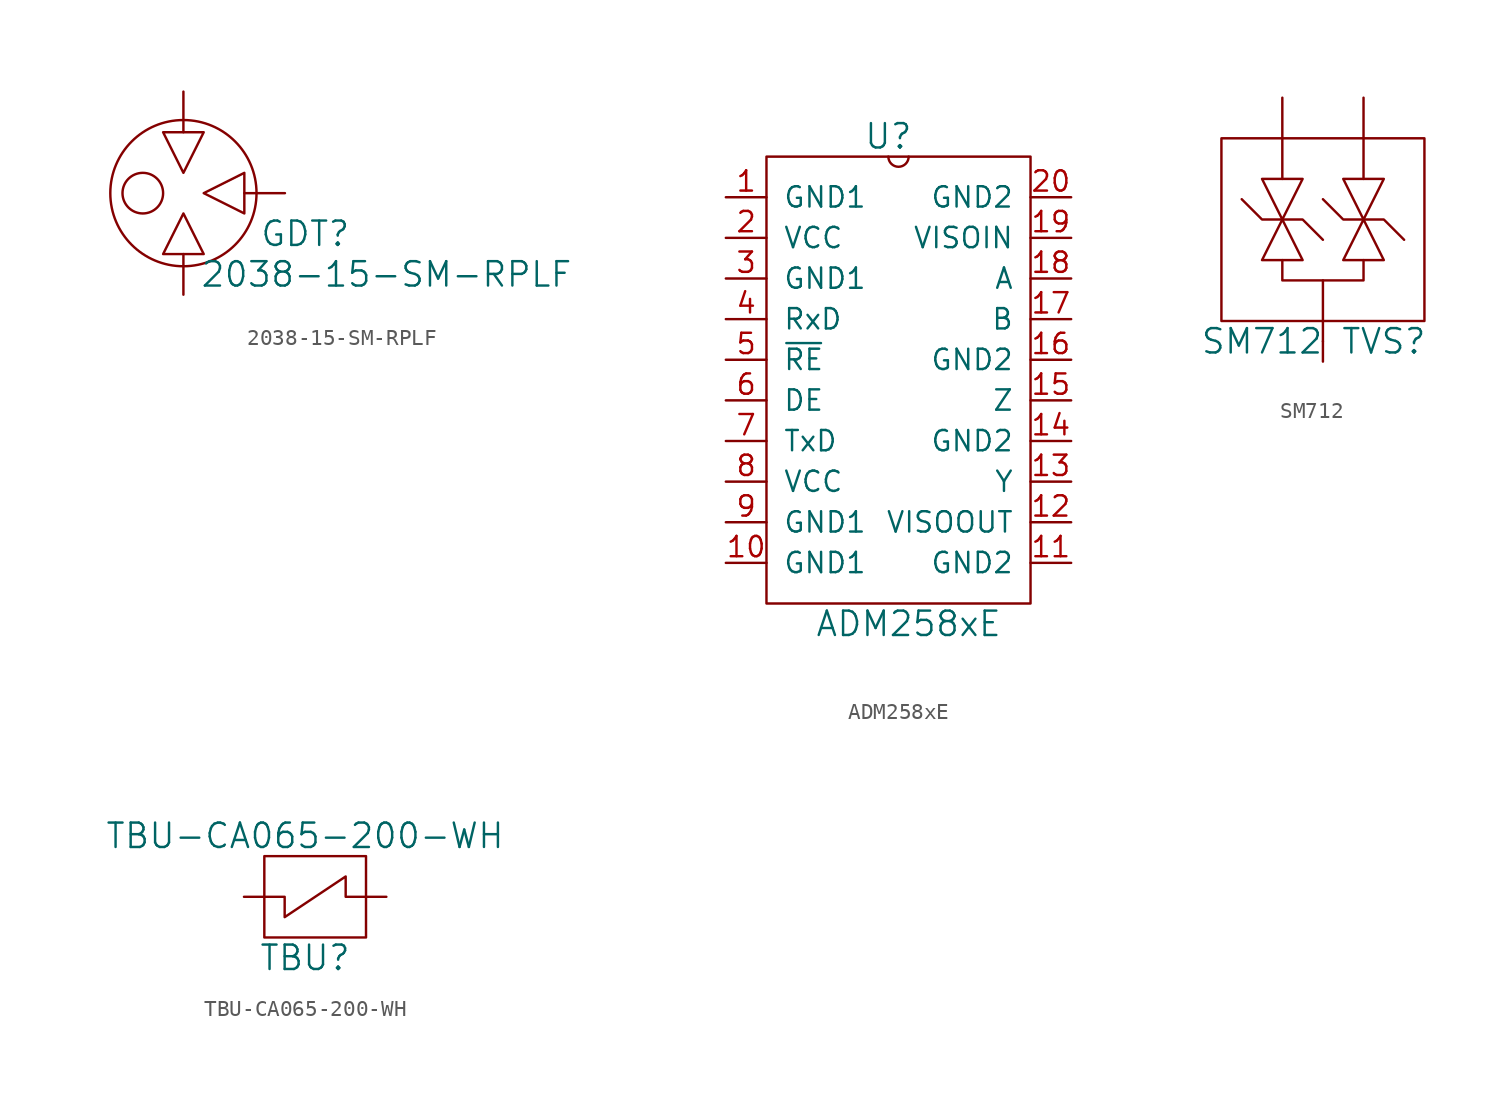
<source format=kicad_sym>
(kicad_symbol_lib
  (version 20211014)
  (generator kicad_symbol_editor)
  (symbol "2038-15-SM-RPLF"
    (pin_names
      (offset 1.016))
    (property "Reference" "GDT"
      (at 7.62 -2.54 0)
      (effects (font (size 1.524 1.524))))
    (property "Value" "2038-15-SM-RPLF"
      (at 12.7 -5.08 0)
      (effects (font (size 1.524 1.524))))
    (property "Footprint" ""
      (at 0 0 0)
      (effects (font (size 1.524 1.524))))
    (property "Datasheet" ""
      (at 0 0 0)
      (effects (font (size 1.524 1.524))))
    (symbol "2038-15-SM-RPLF_0_1"
      (circle (center -2.54 0) (radius 1.27) (stroke (width 0) (type default) (color 0 0 0 0)) (fill (type none)))
      (polyline (pts (xy 0 -3.81) (xy 0 -6.35)) (stroke (width 0) (type default) (color 0 0 0 0)) (fill (type none)))
      (polyline (pts (xy 0 3.81) (xy 0 6.35)) (stroke (width 0) (type default) (color 0 0 0 0)) (fill (type none)))
      (polyline (pts (xy 3.81 0) (xy 6.35 0)) (stroke (width 0) (type default) (color 0 0 0 0)) (fill (type none)))
      (polyline (pts (xy 0 -1.27) (xy -1.27 -3.81) (xy 1.27 -3.81) (xy 0 -1.27)) (stroke (width 0) (type default) (color 0 0 0 0)) (fill (type none)))
      (polyline (pts (xy 0 1.27) (xy 1.27 3.81) (xy -1.27 3.81) (xy 0 1.27)) (stroke (width 0) (type default) (color 0 0 0 0)) (fill (type none)))
      (polyline (pts (xy 1.27 0) (xy 3.81 1.27) (xy 3.81 -1.27) (xy 1.27 0)) (stroke (width 0) (type default) (color 0 0 0 0)) (fill (type none)))
      (circle (center 0 0) (radius 4.572) (stroke (width 0) (type default) (color 0 0 0 0)) (fill (type none))))
    (symbol "2038-15-SM-RPLF_1_1"
      (pin power_in line (at 0 6.35 180) (length 0) hide (name "1" (effects (font (size 0.762 0.762)))) (number "1" (effects (font (size 0.762 0.762)))))
      (pin power_in line (at 6.35 0 180) (length 0) hide (name "2" (effects (font (size 0.762 0.762)))) (number "2" (effects (font (size 0.762 0.762)))))
      (pin power_in line (at 0 -6.35 180) (length 0) hide (name "3" (effects (font (size 0.762 0.762)))) (number "3" (effects (font (size 0.762 0.762)))))))
  (symbol "ADM258xE"
    (pin_names
      (offset 1.016))
    (property "Reference" "U"
      (at 7.62 1.27 0)
      (effects (font (size 1.524 1.524))))
    (property "Value" "ADM258xE"
      (at 8.89 -29.21 0)
      (effects (font (size 1.524 1.524))))
    (property "Footprint" ""
      (at 0 0 0)
      (effects (font (size 1.524 1.524))))
    (property "Datasheet" ""
      (at 0 0 0)
      (effects (font (size 1.524 1.524))))
    (symbol "ADM258xE_0_1"
      (rectangle (start 0 0) (end 16.51 -27.94) (stroke (width 0) (type default) (color 0 0 0 0)) (fill (type none)))
      (arc (start 7.62 0) (mid 8.255 -0.635) (end 8.89 0) (stroke (width 0) (type default) (color 0 0 0 0)) (fill (type none))))
    (symbol "ADM258xE_1_1"
      (pin bidirectional line (at -2.54 -2.54 0) (length 2.54) (name "GND1" (effects (font (size 1.27 1.27)))) (number "1" (effects (font (size 1.27 1.27)))))
      (pin bidirectional line (at -2.54 -25.4 0) (length 2.54) (name "GND1" (effects (font (size 1.27 1.27)))) (number "10" (effects (font (size 1.27 1.27)))))
      (pin bidirectional line (at 19.05 -25.4 180) (length 2.54) (name "GND2" (effects (font (size 1.27 1.27)))) (number "11" (effects (font (size 1.27 1.27)))))
      (pin bidirectional line (at 19.05 -22.86 180) (length 2.54) (name "VISOOUT" (effects (font (size 1.27 1.27)))) (number "12" (effects (font (size 1.27 1.27)))))
      (pin bidirectional line (at 19.05 -20.32 180) (length 2.54) (name "Y" (effects (font (size 1.27 1.27)))) (number "13" (effects (font (size 1.27 1.27)))))
      (pin bidirectional line (at 19.05 -17.78 180) (length 2.54) (name "GND2" (effects (font (size 1.27 1.27)))) (number "14" (effects (font (size 1.27 1.27)))))
      (pin bidirectional line (at 19.05 -15.24 180) (length 2.54) (name "Z" (effects (font (size 1.27 1.27)))) (number "15" (effects (font (size 1.27 1.27)))))
      (pin bidirectional line (at 19.05 -12.7 180) (length 2.54) (name "GND2" (effects (font (size 1.27 1.27)))) (number "16" (effects (font (size 1.27 1.27)))))
      (pin bidirectional line (at 19.05 -10.16 180) (length 2.54) (name "B" (effects (font (size 1.27 1.27)))) (number "17" (effects (font (size 1.27 1.27)))))
      (pin bidirectional line (at 19.05 -7.62 180) (length 2.54) (name "A" (effects (font (size 1.27 1.27)))) (number "18" (effects (font (size 1.27 1.27)))))
      (pin bidirectional line (at 19.05 -5.08 180) (length 2.54) (name "VISOIN" (effects (font (size 1.27 1.27)))) (number "19" (effects (font (size 1.27 1.27)))))
      (pin bidirectional line (at -2.54 -5.08 0) (length 2.54) (name "VCC" (effects (font (size 1.27 1.27)))) (number "2" (effects (font (size 1.27 1.27)))))
      (pin bidirectional line (at 19.05 -2.54 180) (length 2.54) (name "GND2" (effects (font (size 1.27 1.27)))) (number "20" (effects (font (size 1.27 1.27)))))
      (pin bidirectional line (at -2.54 -7.62 0) (length 2.54) (name "GND1" (effects (font (size 1.27 1.27)))) (number "3" (effects (font (size 1.27 1.27)))))
      (pin bidirectional line (at -2.54 -10.16 0) (length 2.54) (name "RxD" (effects (font (size 1.27 1.27)))) (number "4" (effects (font (size 1.27 1.27)))))
      (pin bidirectional line (at -2.54 -12.7 0) (length 2.54) (name "~{RE}" (effects (font (size 1.27 1.27)))) (number "5" (effects (font (size 1.27 1.27)))))
      (pin bidirectional line (at -2.54 -15.24 0) (length 2.54) (name "DE" (effects (font (size 1.27 1.27)))) (number "6" (effects (font (size 1.27 1.27)))))
      (pin bidirectional line (at -2.54 -17.78 0) (length 2.54) (name "TxD" (effects (font (size 1.27 1.27)))) (number "7" (effects (font (size 1.27 1.27)))))
      (pin bidirectional line (at -2.54 -20.32 0) (length 2.54) (name "VCC" (effects (font (size 1.27 1.27)))) (number "8" (effects (font (size 1.27 1.27)))))
      (pin bidirectional line (at -2.54 -22.86 0) (length 2.54) (name "GND1" (effects (font (size 1.27 1.27)))) (number "9" (effects (font (size 1.27 1.27)))))))
  (symbol "SM712"
    (pin_names
      (offset 1.016))
    (property "Reference" "TVS"
      (at 3.81 -13.97 0)
      (effects (font (size 1.524 1.524))))
    (property "Value" "SM712"
      (at -3.81 -13.97 0)
      (effects (font (size 1.524 1.524))))
    (property "Footprint" ""
      (at 0 0 0)
      (effects (font (size 1.524 1.524))))
    (property "Datasheet" ""
      (at 0 0 0)
      (effects (font (size 1.524 1.524))))
    (symbol "SM712_0_1"
      (rectangle (start -6.35 -1.27) (end 6.35 -12.7) (stroke (width 0) (type default) (color 0 0 0 0)) (fill (type none)))
      (polyline (pts (xy -2.54 -3.81) (xy -2.54 1.27)) (stroke (width 0) (type default) (color 0 0 0 0)) (fill (type none)))
      (polyline (pts (xy 0 -13.97) (xy 0 -15.24)) (stroke (width 0) (type default) (color 0 0 0 0)) (fill (type none)))
      (polyline (pts (xy 0 -12.7) (xy 0 -13.97)) (stroke (width 0) (type default) (color 0 0 0 0)) (fill (type none)))
      (polyline (pts (xy 0 -10.16) (xy 0 -12.7)) (stroke (width 0) (type default) (color 0 0 0 0)) (fill (type none)))
      (polyline (pts (xy 2.54 -3.81) (xy 2.54 1.27)) (stroke (width 0) (type default) (color 0 0 0 0)) (fill (type none)))
      (polyline (pts (xy -5.08 -5.08) (xy -3.81 -6.35) (xy -1.27 -6.35) (xy 0 -7.62)) (stroke (width 0) (type default) (color 0 0 0 0)) (fill (type none)))
      (polyline (pts (xy -2.54 -8.89) (xy -2.54 -10.16) (xy 2.54 -10.16) (xy 2.54 -8.89)) (stroke (width 0) (type default) (color 0 0 0 0)) (fill (type none)))
      (polyline (pts (xy 0 -5.08) (xy 1.27 -6.35) (xy 3.81 -6.35) (xy 5.08 -7.62)) (stroke (width 0) (type default) (color 0 0 0 0)) (fill (type none)))
      (polyline (pts (xy 1.27 -3.81) (xy 3.81 -3.81) (xy 1.27 -8.89) (xy 3.81 -8.89) (xy 1.27 -3.81)) (stroke (width 0) (type default) (color 0 0 0 0)) (fill (type none)))
      (polyline (pts (xy -3.81 -3.81) (xy -1.27 -3.81) (xy -2.54 -6.35) (xy -3.81 -8.89) (xy -1.27 -8.89) (xy -3.81 -3.81)) (stroke (width 0) (type default) (color 0 0 0 0)) (fill (type none))))
    (symbol "SM712_1_1"
      (pin bidirectional line (at -2.54 1.27 180) (length 0) hide (name "1" (effects (font (size 0.762 0.762)))) (number "1" (effects (font (size 0.762 0.762)))))
      (pin bidirectional line (at 2.54 1.27 180) (length 0) hide (name "2" (effects (font (size 0.762 0.762)))) (number "2" (effects (font (size 0.762 0.762)))))
      (pin bidirectional line (at 0 -15.24 180) (length 0) hide (name "3" (effects (font (size 0.762 0.762)))) (number "3" (effects (font (size 0.762 0.762)))))))
  (symbol "TBU-CA065-200-WH"
    (pin_names
      (offset 1.016))
    (property "Reference" "TBU"
      (at 2.54 -6.35 0)
      (effects (font (size 1.524 1.524))))
    (property "Value" "TBU-CA065-200-WH"
      (at 2.54 1.27 0)
      (effects (font (size 1.524 1.524))))
    (property "Footprint" ""
      (at 0 0 0)
      (effects (font (size 1.524 1.524))))
    (property "Datasheet" ""
      (at 0 0 0)
      (effects (font (size 1.524 1.524))))
    (symbol "TBU-CA065-200-WH_0_1"
      (polyline (pts (xy 0 -2.54) (xy -1.27 -2.54)) (stroke (width 0) (type default) (color 0 0 0 0)) (fill (type none)))
      (polyline (pts (xy 0 -2.54) (xy 1.27 -2.54) (xy 1.27 -3.81) (xy 5.08 -1.27) (xy 5.08 -2.54) (xy 7.62 -2.54)) (stroke (width 0) (type default) (color 0 0 0 0)) (fill (type none)))
      (rectangle (start 0 0) (end 6.35 -5.08) (stroke (width 0) (type default) (color 0 0 0 0)) (fill (type none))))
    (symbol "TBU-CA065-200-WH_1_1"
      (pin bidirectional line (at -1.27 -2.54 180) (length 0) hide (name "1" (effects (font (size 0.762 0.762)))) (number "1" (effects (font (size 0.762 0.762)))))
      (pin bidirectional line (at 7.62 -2.54 180) (length 0) hide (name "3" (effects (font (size 0.762 0.762)))) (number "3" (effects (font (size 0.762 0.762))))))))
</source>
